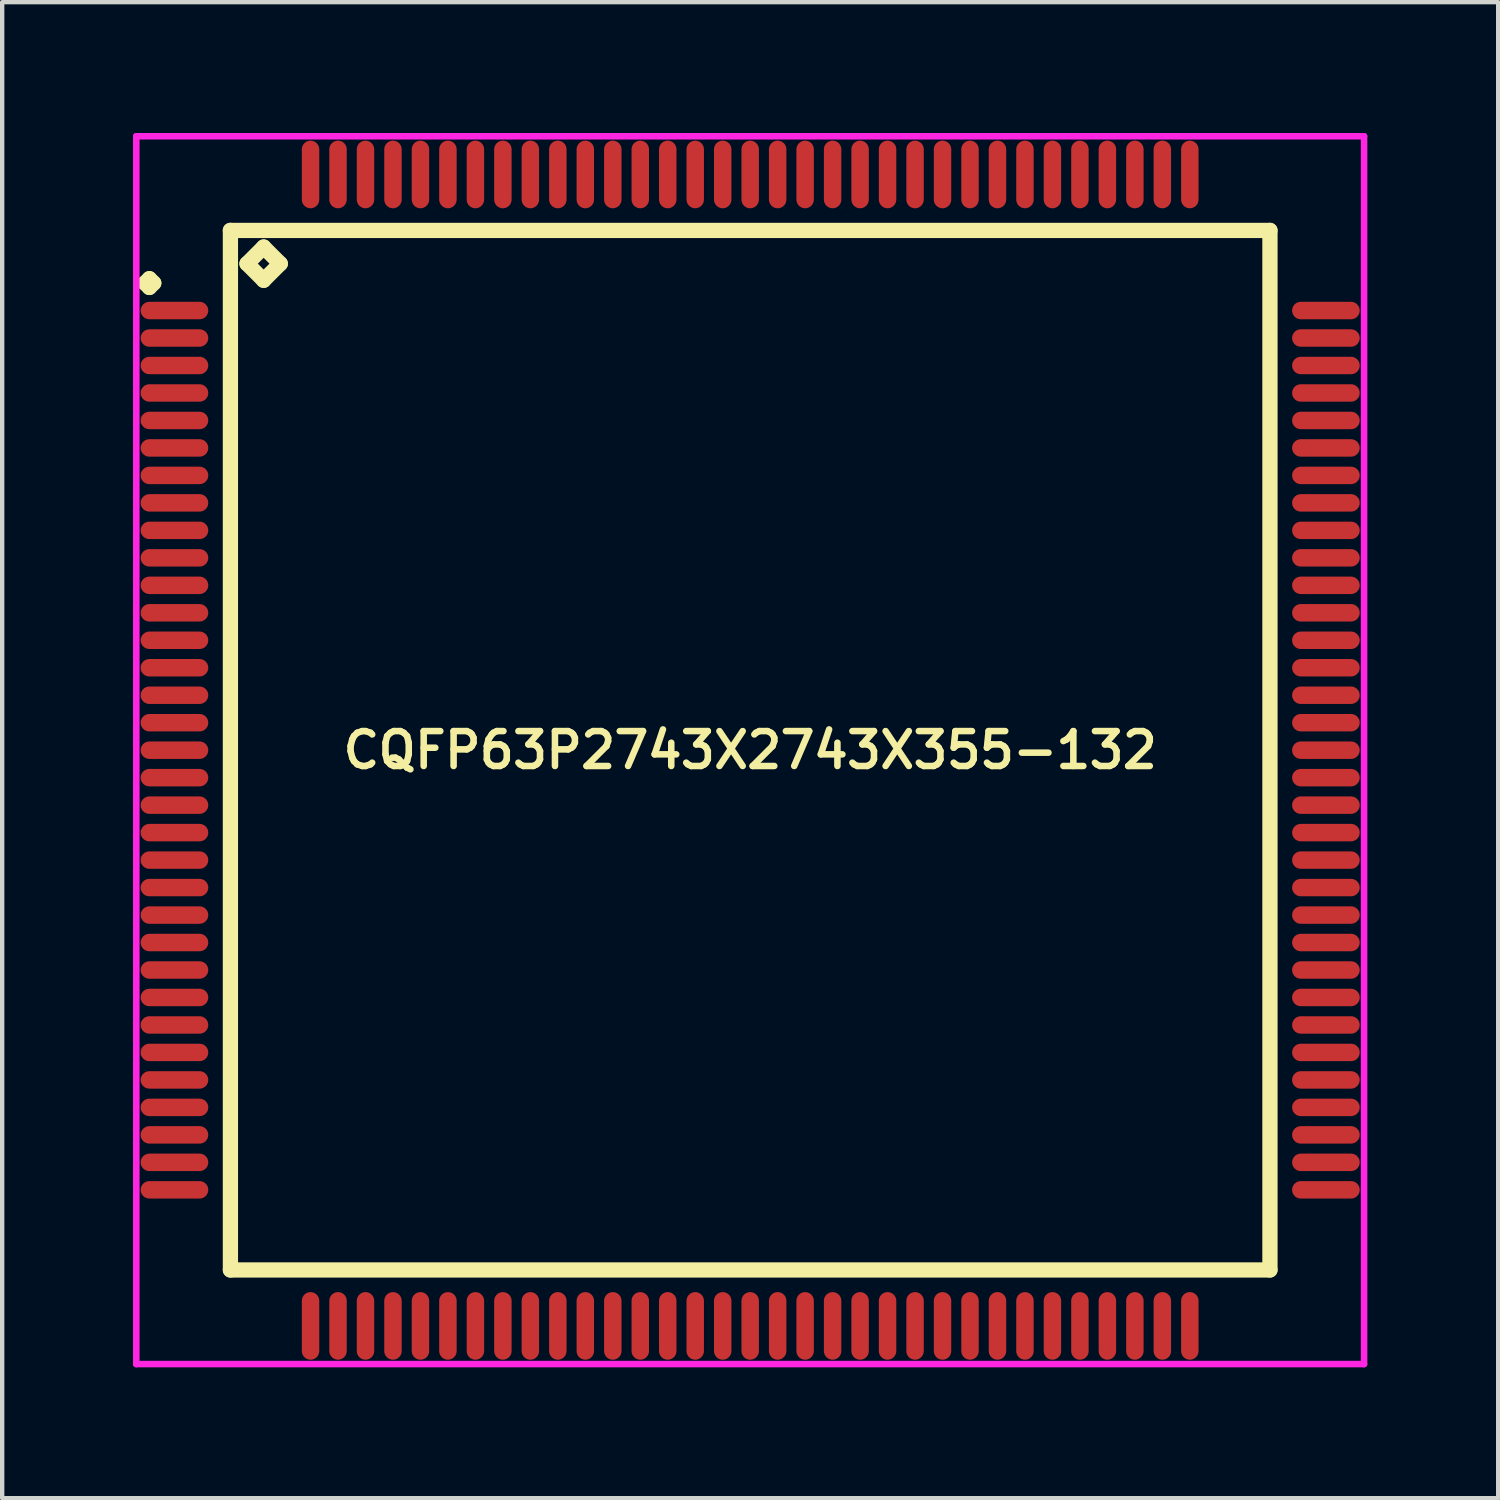
<source format=kicad_pcb>
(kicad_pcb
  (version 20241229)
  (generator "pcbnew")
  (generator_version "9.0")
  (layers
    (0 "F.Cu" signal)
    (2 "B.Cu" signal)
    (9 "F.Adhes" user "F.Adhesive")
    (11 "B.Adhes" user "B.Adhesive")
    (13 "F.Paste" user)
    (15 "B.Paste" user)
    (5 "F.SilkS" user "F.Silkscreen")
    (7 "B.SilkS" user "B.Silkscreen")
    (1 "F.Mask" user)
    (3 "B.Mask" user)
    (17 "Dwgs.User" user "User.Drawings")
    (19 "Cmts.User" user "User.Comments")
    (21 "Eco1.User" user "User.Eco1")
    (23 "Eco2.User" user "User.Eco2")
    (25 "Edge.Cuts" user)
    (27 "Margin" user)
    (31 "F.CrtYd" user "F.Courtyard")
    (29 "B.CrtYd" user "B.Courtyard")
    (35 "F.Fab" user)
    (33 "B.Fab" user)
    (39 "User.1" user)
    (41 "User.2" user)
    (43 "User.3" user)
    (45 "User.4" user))
  (footprint "CQFP63P2743X2743X355-132"
    (layer "F.Cu")
    (at 14.15 14.15)
    (property "Reference" "CQFP63P2743X2743X355-132" (at 0 0 0) (layer "F.SilkS") (effects (font (size 0.8 0.8) (thickness 0.15))))
    (attr through_hole)
    (fp_line (start -13.875 -10.71) (end -13.775 -10.81) (stroke (width 0.35) (type solid)) (layer "F.SilkS"))
    (fp_line (start -13.775 -10.81) (end -13.675 -10.71) (stroke (width 0.35) (type solid)) (layer "F.SilkS"))
    (fp_line (start -13.775 -10.61) (end -13.875 -10.71) (stroke (width 0.35) (type solid)) (layer "F.SilkS"))
    (fp_line (start -13.675 -10.71) (end -13.775 -10.61) (stroke (width 0.35) (type solid)) (layer "F.SilkS"))
    (fp_line (start -11.917 -11.917) (end -11.917 11.917) (stroke (width 0.35) (type solid)) (layer "F.SilkS"))
    (fp_line (start -11.917 11.917) (end 11.917 11.917) (stroke (width 0.35) (type solid)) (layer "F.SilkS"))
    (fp_line (start -11.536 -11.155) (end -11.155 -11.536) (stroke (width 0.35) (type solid)) (layer "F.SilkS"))
    (fp_line (start -11.155 -11.536) (end -10.774 -11.155) (stroke (width 0.35) (type solid)) (layer "F.SilkS"))
    (fp_line (start -11.155 -10.774) (end -11.536 -11.155) (stroke (width 0.35) (type solid)) (layer "F.SilkS"))
    (fp_line (start -10.774 -11.155) (end -11.155 -10.774) (stroke (width 0.35) (type solid)) (layer "F.SilkS"))
    (fp_line (start 11.917 -11.917) (end -11.917 -11.917) (stroke (width 0.35) (type solid)) (layer "F.SilkS"))
    (fp_line (start 11.917 11.917) (end 11.917 -11.917) (stroke (width 0.35) (type solid)) (layer "F.SilkS"))
    (fp_line (start -14.075 -14.075) (end 14.075 -14.075) (stroke (width 0.15) (type solid)) (layer "F.CrtYd"))
    (fp_line (start -14.075 14.075) (end -14.075 -14.075) (stroke (width 0.15) (type solid)) (layer "F.CrtYd"))
    (fp_line (start 14.075 -14.075) (end 14.075 14.075) (stroke (width 0.15) (type solid)) (layer "F.CrtYd"))
    (fp_line (start 14.075 14.075) (end -14.075 14.075) (stroke (width 0.15) (type solid)) (layer "F.CrtYd"))
    (pad "1" smd oval (at -13.2 -10.08) (size 1.55 0.4) (layers "F.Cu" "F.Mask" "F.Paste"))
    (pad "2" smd oval (at -13.2 -9.45) (size 1.55 0.4) (layers "F.Cu" "F.Mask" "F.Paste"))
    (pad "3" smd oval (at -13.2 -8.82) (size 1.55 0.4) (layers "F.Cu" "F.Mask" "F.Paste"))
    (pad "4" smd oval (at -13.2 -8.19) (size 1.55 0.4) (layers "F.Cu" "F.Mask" "F.Paste"))
    (pad "5" smd oval (at -13.2 -7.56) (size 1.55 0.4) (layers "F.Cu" "F.Mask" "F.Paste"))
    (pad "6" smd oval (at -13.2 -6.93) (size 1.55 0.4) (layers "F.Cu" "F.Mask" "F.Paste"))
    (pad "7" smd oval (at -13.2 -6.3) (size 1.55 0.4) (layers "F.Cu" "F.Mask" "F.Paste"))
    (pad "8" smd oval (at -13.2 -5.67) (size 1.55 0.4) (layers "F.Cu" "F.Mask" "F.Paste"))
    (pad "9" smd oval (at -13.2 -5.04) (size 1.55 0.4) (layers "F.Cu" "F.Mask" "F.Paste"))
    (pad "10" smd oval (at -13.2 -4.41) (size 1.55 0.4) (layers "F.Cu" "F.Mask" "F.Paste"))
    (pad "11" smd oval (at -13.2 -3.78) (size 1.55 0.4) (layers "F.Cu" "F.Mask" "F.Paste"))
    (pad "12" smd oval (at -13.2 -3.15) (size 1.55 0.4) (layers "F.Cu" "F.Mask" "F.Paste"))
    (pad "13" smd oval (at -13.2 -2.52) (size 1.55 0.4) (layers "F.Cu" "F.Mask" "F.Paste"))
    (pad "14" smd oval (at -13.2 -1.89) (size 1.55 0.4) (layers "F.Cu" "F.Mask" "F.Paste"))
    (pad "15" smd oval (at -13.2 -1.26) (size 1.55 0.4) (layers "F.Cu" "F.Mask" "F.Paste"))
    (pad "16" smd oval (at -13.2 -0.63) (size 1.55 0.4) (layers "F.Cu" "F.Mask" "F.Paste"))
    (pad "17" smd oval (at -13.2 0) (size 1.55 0.4) (layers "F.Cu" "F.Mask" "F.Paste"))
    (pad "18" smd oval (at -13.2 0.63) (size 1.55 0.4) (layers "F.Cu" "F.Mask" "F.Paste"))
    (pad "19" smd oval (at -13.2 1.26) (size 1.55 0.4) (layers "F.Cu" "F.Mask" "F.Paste"))
    (pad "20" smd oval (at -13.2 1.89) (size 1.55 0.4) (layers "F.Cu" "F.Mask" "F.Paste"))
    (pad "21" smd oval (at -13.2 2.52) (size 1.55 0.4) (layers "F.Cu" "F.Mask" "F.Paste"))
    (pad "22" smd oval (at -13.2 3.15) (size 1.55 0.4) (layers "F.Cu" "F.Mask" "F.Paste"))
    (pad "23" smd oval (at -13.2 3.78) (size 1.55 0.4) (layers "F.Cu" "F.Mask" "F.Paste"))
    (pad "24" smd oval (at -13.2 4.41) (size 1.55 0.4) (layers "F.Cu" "F.Mask" "F.Paste"))
    (pad "25" smd oval (at -13.2 5.04) (size 1.55 0.4) (layers "F.Cu" "F.Mask" "F.Paste"))
    (pad "26" smd oval (at -13.2 5.67) (size 1.55 0.4) (layers "F.Cu" "F.Mask" "F.Paste"))
    (pad "27" smd oval (at -13.2 6.3) (size 1.55 0.4) (layers "F.Cu" "F.Mask" "F.Paste"))
    (pad "28" smd oval (at -13.2 6.93) (size 1.55 0.4) (layers "F.Cu" "F.Mask" "F.Paste"))
    (pad "29" smd oval (at -13.2 7.56) (size 1.55 0.4) (layers "F.Cu" "F.Mask" "F.Paste"))
    (pad "30" smd oval (at -13.2 8.19) (size 1.55 0.4) (layers "F.Cu" "F.Mask" "F.Paste"))
    (pad "31" smd oval (at -13.2 8.82) (size 1.55 0.4) (layers "F.Cu" "F.Mask" "F.Paste"))
    (pad "32" smd oval (at -13.2 9.45) (size 1.55 0.4) (layers "F.Cu" "F.Mask" "F.Paste"))
    (pad "33" smd oval (at -13.2 10.08) (size 1.55 0.4) (layers "F.Cu" "F.Mask" "F.Paste"))
    (pad "34" smd oval (at -10.08 13.2) (size 0.4 1.55) (layers "F.Cu" "F.Mask" "F.Paste"))
    (pad "35" smd oval (at -9.45 13.2) (size 0.4 1.55) (layers "F.Cu" "F.Mask" "F.Paste"))
    (pad "36" smd oval (at -8.82 13.2) (size 0.4 1.55) (layers "F.Cu" "F.Mask" "F.Paste"))
    (pad "37" smd oval (at -8.19 13.2) (size 0.4 1.55) (layers "F.Cu" "F.Mask" "F.Paste"))
    (pad "38" smd oval (at -7.56 13.2) (size 0.4 1.55) (layers "F.Cu" "F.Mask" "F.Paste"))
    (pad "39" smd oval (at -6.93 13.2) (size 0.4 1.55) (layers "F.Cu" "F.Mask" "F.Paste"))
    (pad "40" smd oval (at -6.3 13.2) (size 0.4 1.55) (layers "F.Cu" "F.Mask" "F.Paste"))
    (pad "41" smd oval (at -5.67 13.2) (size 0.4 1.55) (layers "F.Cu" "F.Mask" "F.Paste"))
    (pad "42" smd oval (at -5.04 13.2) (size 0.4 1.55) (layers "F.Cu" "F.Mask" "F.Paste"))
    (pad "43" smd oval (at -4.41 13.2) (size 0.4 1.55) (layers "F.Cu" "F.Mask" "F.Paste"))
    (pad "44" smd oval (at -3.78 13.2) (size 0.4 1.55) (layers "F.Cu" "F.Mask" "F.Paste"))
    (pad "45" smd oval (at -3.15 13.2) (size 0.4 1.55) (layers "F.Cu" "F.Mask" "F.Paste"))
    (pad "46" smd oval (at -2.52 13.2) (size 0.4 1.55) (layers "F.Cu" "F.Mask" "F.Paste"))
    (pad "47" smd oval (at -1.89 13.2) (size 0.4 1.55) (layers "F.Cu" "F.Mask" "F.Paste"))
    (pad "48" smd oval (at -1.26 13.2) (size 0.4 1.55) (layers "F.Cu" "F.Mask" "F.Paste"))
    (pad "49" smd oval (at -0.63 13.2) (size 0.4 1.55) (layers "F.Cu" "F.Mask" "F.Paste"))
    (pad "50" smd oval (at 0 13.2) (size 0.4 1.55) (layers "F.Cu" "F.Mask" "F.Paste"))
    (pad "51" smd oval (at 0.63 13.2) (size 0.4 1.55) (layers "F.Cu" "F.Mask" "F.Paste"))
    (pad "52" smd oval (at 1.26 13.2) (size 0.4 1.55) (layers "F.Cu" "F.Mask" "F.Paste"))
    (pad "53" smd oval (at 1.89 13.2) (size 0.4 1.55) (layers "F.Cu" "F.Mask" "F.Paste"))
    (pad "54" smd oval (at 2.52 13.2) (size 0.4 1.55) (layers "F.Cu" "F.Mask" "F.Paste"))
    (pad "55" smd oval (at 3.15 13.2) (size 0.4 1.55) (layers "F.Cu" "F.Mask" "F.Paste"))
    (pad "56" smd oval (at 3.78 13.2) (size 0.4 1.55) (layers "F.Cu" "F.Mask" "F.Paste"))
    (pad "57" smd oval (at 4.41 13.2) (size 0.4 1.55) (layers "F.Cu" "F.Mask" "F.Paste"))
    (pad "58" smd oval (at 5.04 13.2) (size 0.4 1.55) (layers "F.Cu" "F.Mask" "F.Paste"))
    (pad "59" smd oval (at 5.67 13.2) (size 0.4 1.55) (layers "F.Cu" "F.Mask" "F.Paste"))
    (pad "60" smd oval (at 6.3 13.2) (size 0.4 1.55) (layers "F.Cu" "F.Mask" "F.Paste"))
    (pad "61" smd oval (at 6.93 13.2) (size 0.4 1.55) (layers "F.Cu" "F.Mask" "F.Paste"))
    (pad "62" smd oval (at 7.56 13.2) (size 0.4 1.55) (layers "F.Cu" "F.Mask" "F.Paste"))
    (pad "63" smd oval (at 8.19 13.2) (size 0.4 1.55) (layers "F.Cu" "F.Mask" "F.Paste"))
    (pad "64" smd oval (at 8.82 13.2) (size 0.4 1.55) (layers "F.Cu" "F.Mask" "F.Paste"))
    (pad "65" smd oval (at 9.45 13.2) (size 0.4 1.55) (layers "F.Cu" "F.Mask" "F.Paste"))
    (pad "66" smd oval (at 10.08 13.2) (size 0.4 1.55) (layers "F.Cu" "F.Mask" "F.Paste"))
    (pad "67" smd oval (at 13.2 10.08) (size 1.55 0.4) (layers "F.Cu" "F.Mask" "F.Paste"))
    (pad "68" smd oval (at 13.2 9.45) (size 1.55 0.4) (layers "F.Cu" "F.Mask" "F.Paste"))
    (pad "69" smd oval (at 13.2 8.82) (size 1.55 0.4) (layers "F.Cu" "F.Mask" "F.Paste"))
    (pad "70" smd oval (at 13.2 8.19) (size 1.55 0.4) (layers "F.Cu" "F.Mask" "F.Paste"))
    (pad "71" smd oval (at 13.2 7.56) (size 1.55 0.4) (layers "F.Cu" "F.Mask" "F.Paste"))
    (pad "72" smd oval (at 13.2 6.93) (size 1.55 0.4) (layers "F.Cu" "F.Mask" "F.Paste"))
    (pad "73" smd oval (at 13.2 6.3) (size 1.55 0.4) (layers "F.Cu" "F.Mask" "F.Paste"))
    (pad "74" smd oval (at 13.2 5.67) (size 1.55 0.4) (layers "F.Cu" "F.Mask" "F.Paste"))
    (pad "75" smd oval (at 13.2 5.04) (size 1.55 0.4) (layers "F.Cu" "F.Mask" "F.Paste"))
    (pad "76" smd oval (at 13.2 4.41) (size 1.55 0.4) (layers "F.Cu" "F.Mask" "F.Paste"))
    (pad "77" smd oval (at 13.2 3.78) (size 1.55 0.4) (layers "F.Cu" "F.Mask" "F.Paste"))
    (pad "78" smd oval (at 13.2 3.15) (size 1.55 0.4) (layers "F.Cu" "F.Mask" "F.Paste"))
    (pad "79" smd oval (at 13.2 2.52) (size 1.55 0.4) (layers "F.Cu" "F.Mask" "F.Paste"))
    (pad "80" smd oval (at 13.2 1.89) (size 1.55 0.4) (layers "F.Cu" "F.Mask" "F.Paste"))
    (pad "81" smd oval (at 13.2 1.26) (size 1.55 0.4) (layers "F.Cu" "F.Mask" "F.Paste"))
    (pad "82" smd oval (at 13.2 0.63) (size 1.55 0.4) (layers "F.Cu" "F.Mask" "F.Paste"))
    (pad "83" smd oval (at 13.2 0) (size 1.55 0.4) (layers "F.Cu" "F.Mask" "F.Paste"))
    (pad "84" smd oval (at 13.2 -0.63) (size 1.55 0.4) (layers "F.Cu" "F.Mask" "F.Paste"))
    (pad "85" smd oval (at 13.2 -1.26) (size 1.55 0.4) (layers "F.Cu" "F.Mask" "F.Paste"))
    (pad "86" smd oval (at 13.2 -1.89) (size 1.55 0.4) (layers "F.Cu" "F.Mask" "F.Paste"))
    (pad "87" smd oval (at 13.2 -2.52) (size 1.55 0.4) (layers "F.Cu" "F.Mask" "F.Paste"))
    (pad "88" smd oval (at 13.2 -3.15) (size 1.55 0.4) (layers "F.Cu" "F.Mask" "F.Paste"))
    (pad "89" smd oval (at 13.2 -3.78) (size 1.55 0.4) (layers "F.Cu" "F.Mask" "F.Paste"))
    (pad "90" smd oval (at 13.2 -4.41) (size 1.55 0.4) (layers "F.Cu" "F.Mask" "F.Paste"))
    (pad "91" smd oval (at 13.2 -5.04) (size 1.55 0.4) (layers "F.Cu" "F.Mask" "F.Paste"))
    (pad "92" smd oval (at 13.2 -5.67) (size 1.55 0.4) (layers "F.Cu" "F.Mask" "F.Paste"))
    (pad "93" smd oval (at 13.2 -6.3) (size 1.55 0.4) (layers "F.Cu" "F.Mask" "F.Paste"))
    (pad "94" smd oval (at 13.2 -6.93) (size 1.55 0.4) (layers "F.Cu" "F.Mask" "F.Paste"))
    (pad "95" smd oval (at 13.2 -7.56) (size 1.55 0.4) (layers "F.Cu" "F.Mask" "F.Paste"))
    (pad "96" smd oval (at 13.2 -8.19) (size 1.55 0.4) (layers "F.Cu" "F.Mask" "F.Paste"))
    (pad "97" smd oval (at 13.2 -8.82) (size 1.55 0.4) (layers "F.Cu" "F.Mask" "F.Paste"))
    (pad "98" smd oval (at 13.2 -9.45) (size 1.55 0.4) (layers "F.Cu" "F.Mask" "F.Paste"))
    (pad "99" smd oval (at 13.2 -10.08) (size 1.55 0.4) (layers "F.Cu" "F.Mask" "F.Paste"))
    (pad "100" smd oval (at 10.08 -13.2) (size 0.4 1.55) (layers "F.Cu" "F.Mask" "F.Paste"))
    (pad "101" smd oval (at 9.45 -13.2) (size 0.4 1.55) (layers "F.Cu" "F.Mask" "F.Paste"))
    (pad "102" smd oval (at 8.82 -13.2) (size 0.4 1.55) (layers "F.Cu" "F.Mask" "F.Paste"))
    (pad "103" smd oval (at 8.19 -13.2) (size 0.4 1.55) (layers "F.Cu" "F.Mask" "F.Paste"))
    (pad "104" smd oval (at 7.56 -13.2) (size 0.4 1.55) (layers "F.Cu" "F.Mask" "F.Paste"))
    (pad "105" smd oval (at 6.93 -13.2) (size 0.4 1.55) (layers "F.Cu" "F.Mask" "F.Paste"))
    (pad "106" smd oval (at 6.3 -13.2) (size 0.4 1.55) (layers "F.Cu" "F.Mask" "F.Paste"))
    (pad "107" smd oval (at 5.67 -13.2) (size 0.4 1.55) (layers "F.Cu" "F.Mask" "F.Paste"))
    (pad "108" smd oval (at 5.04 -13.2) (size 0.4 1.55) (layers "F.Cu" "F.Mask" "F.Paste"))
    (pad "109" smd oval (at 4.41 -13.2) (size 0.4 1.55) (layers "F.Cu" "F.Mask" "F.Paste"))
    (pad "110" smd oval (at 3.78 -13.2) (size 0.4 1.55) (layers "F.Cu" "F.Mask" "F.Paste"))
    (pad "111" smd oval (at 3.15 -13.2) (size 0.4 1.55) (layers "F.Cu" "F.Mask" "F.Paste"))
    (pad "112" smd oval (at 2.52 -13.2) (size 0.4 1.55) (layers "F.Cu" "F.Mask" "F.Paste"))
    (pad "113" smd oval (at 1.89 -13.2) (size 0.4 1.55) (layers "F.Cu" "F.Mask" "F.Paste"))
    (pad "114" smd oval (at 1.26 -13.2) (size 0.4 1.55) (layers "F.Cu" "F.Mask" "F.Paste"))
    (pad "115" smd oval (at 0.63 -13.2) (size 0.4 1.55) (layers "F.Cu" "F.Mask" "F.Paste"))
    (pad "116" smd oval (at 0 -13.2) (size 0.4 1.55) (layers "F.Cu" "F.Mask" "F.Paste"))
    (pad "117" smd oval (at -0.63 -13.2) (size 0.4 1.55) (layers "F.Cu" "F.Mask" "F.Paste"))
    (pad "118" smd oval (at -1.26 -13.2) (size 0.4 1.55) (layers "F.Cu" "F.Mask" "F.Paste"))
    (pad "119" smd oval (at -1.89 -13.2) (size 0.4 1.55) (layers "F.Cu" "F.Mask" "F.Paste"))
    (pad "120" smd oval (at -2.52 -13.2) (size 0.4 1.55) (layers "F.Cu" "F.Mask" "F.Paste"))
    (pad "121" smd oval (at -3.15 -13.2) (size 0.4 1.55) (layers "F.Cu" "F.Mask" "F.Paste"))
    (pad "122" smd oval (at -3.78 -13.2) (size 0.4 1.55) (layers "F.Cu" "F.Mask" "F.Paste"))
    (pad "123" smd oval (at -4.41 -13.2) (size 0.4 1.55) (layers "F.Cu" "F.Mask" "F.Paste"))
    (pad "124" smd oval (at -5.04 -13.2) (size 0.4 1.55) (layers "F.Cu" "F.Mask" "F.Paste"))
    (pad "125" smd oval (at -5.67 -13.2) (size 0.4 1.55) (layers "F.Cu" "F.Mask" "F.Paste"))
    (pad "126" smd oval (at -6.3 -13.2) (size 0.4 1.55) (layers "F.Cu" "F.Mask" "F.Paste"))
    (pad "127" smd oval (at -6.93 -13.2) (size 0.4 1.55) (layers "F.Cu" "F.Mask" "F.Paste"))
    (pad "128" smd oval (at -7.56 -13.2) (size 0.4 1.55) (layers "F.Cu" "F.Mask" "F.Paste"))
    (pad "129" smd oval (at -8.19 -13.2) (size 0.4 1.55) (layers "F.Cu" "F.Mask" "F.Paste"))
    (pad "130" smd oval (at -8.82 -13.2) (size 0.4 1.55) (layers "F.Cu" "F.Mask" "F.Paste"))
    (pad "131" smd oval (at -9.45 -13.2) (size 0.4 1.55) (layers "F.Cu" "F.Mask" "F.Paste"))
    (pad "132" smd oval (at -10.08 -13.2) (size 0.4 1.55) (layers "F.Cu" "F.Mask" "F.Paste")))
  (gr_rect
    (start -3 -3)
    (end 31.3 31.3)
    (stroke (width 0.1) (type default))
    (fill no)
    (layer "Edge.Cuts")))
</source>
